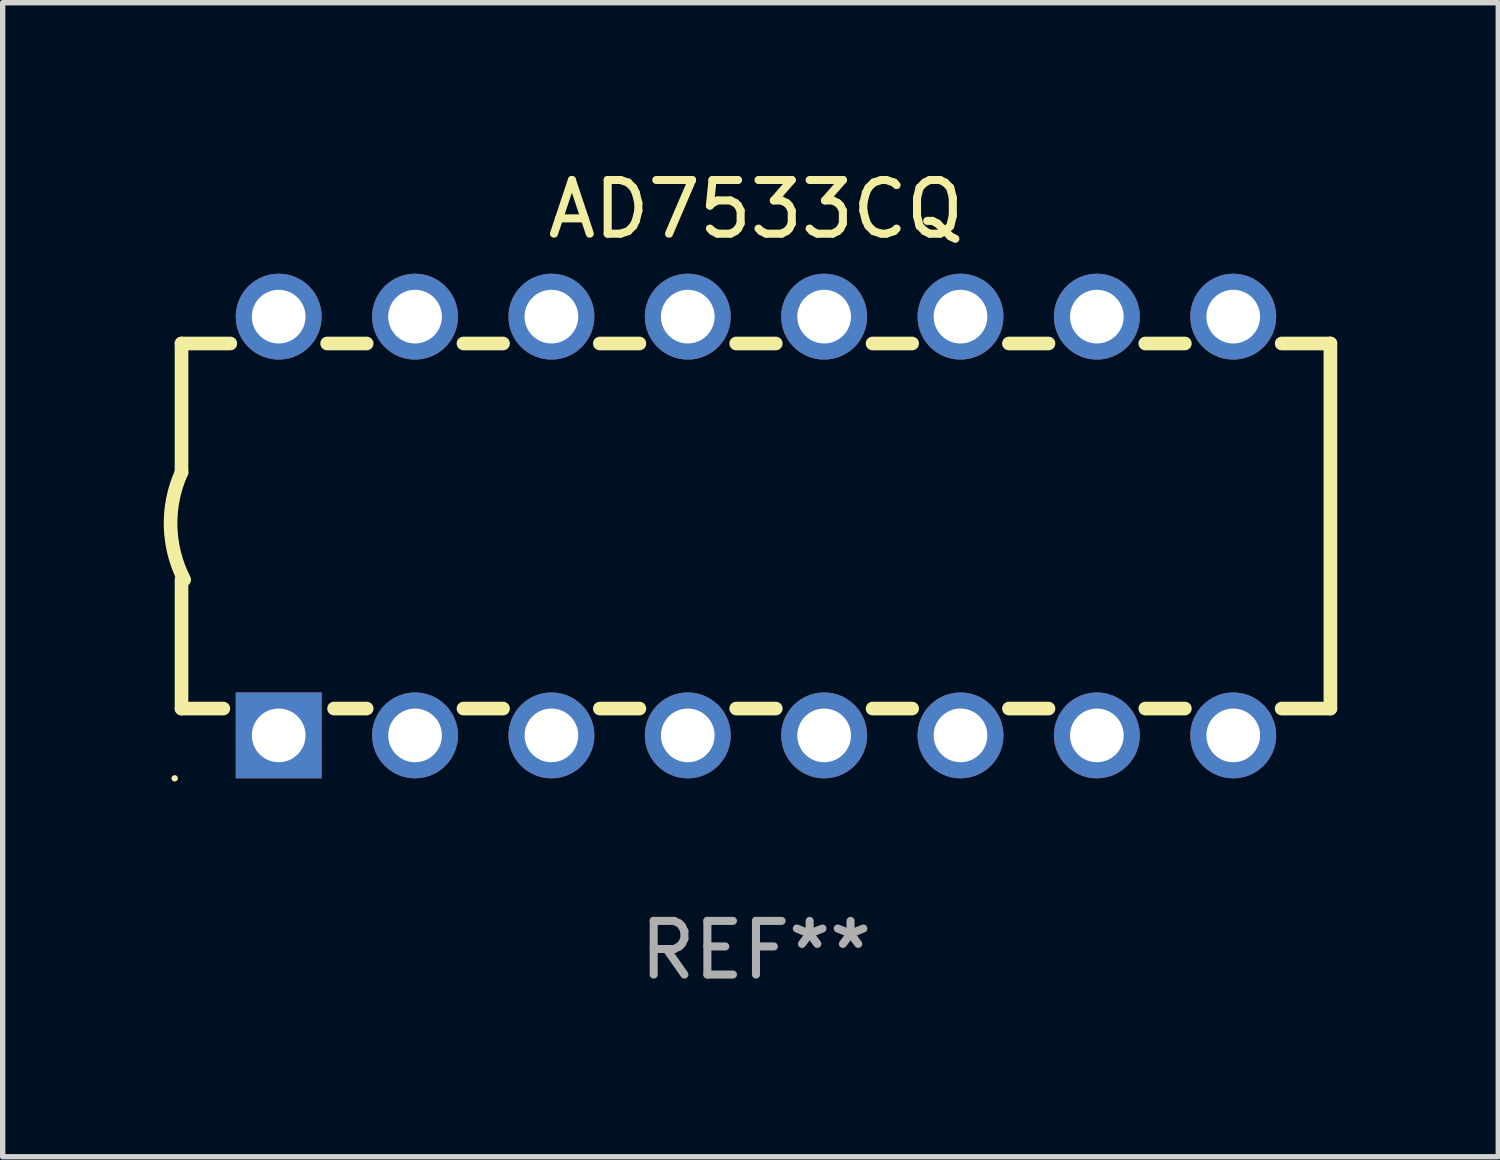
<source format=kicad_pcb>
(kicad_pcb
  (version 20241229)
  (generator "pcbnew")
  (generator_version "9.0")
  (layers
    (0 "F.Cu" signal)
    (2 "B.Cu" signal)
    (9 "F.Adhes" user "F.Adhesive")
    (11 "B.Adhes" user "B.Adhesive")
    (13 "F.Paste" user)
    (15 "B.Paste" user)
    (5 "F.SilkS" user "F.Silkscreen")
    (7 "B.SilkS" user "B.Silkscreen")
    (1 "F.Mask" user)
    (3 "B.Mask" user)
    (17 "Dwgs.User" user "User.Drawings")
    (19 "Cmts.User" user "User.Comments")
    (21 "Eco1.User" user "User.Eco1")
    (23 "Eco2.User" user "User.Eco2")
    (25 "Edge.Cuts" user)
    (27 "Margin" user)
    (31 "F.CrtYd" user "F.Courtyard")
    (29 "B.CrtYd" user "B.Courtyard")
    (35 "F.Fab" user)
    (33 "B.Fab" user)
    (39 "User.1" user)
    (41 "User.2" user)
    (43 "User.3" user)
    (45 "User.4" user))
  (footprint "AD7533CQ"
    (layer "F.Cu")
    (at 11.031 6.748)
    (property "Reference" "AD7533CQ" (at 0 -5.9 0) (layer "F.SilkS") (effects (font (size 1 1) (thickness 0.15))))
    (attr through_hole)
    (fp_line (start -10.7 -3.4) (end -9.791 -3.4) (stroke (width 0.254) (type solid)) (layer "F.SilkS"))
    (fp_line (start -10.7 -0.998) (end -10.7 -3.4) (stroke (width 0.254) (type solid)) (layer "F.SilkS"))
    (fp_line (start -10.7 3.4) (end -10.7 1) (stroke (width 0.254) (type solid)) (layer "F.SilkS"))
    (fp_line (start -10.7 3.4) (end -9.921 3.4) (stroke (width 0.254) (type solid)) (layer "F.SilkS"))
    (fp_line (start -7.988 -3.4) (end -7.251 -3.4) (stroke (width 0.254) (type solid)) (layer "F.SilkS"))
    (fp_line (start -7.859 3.4) (end -7.251 3.4) (stroke (width 0.254) (type solid)) (layer "F.SilkS"))
    (fp_line (start -5.448 -3.4) (end -4.711 -3.4) (stroke (width 0.254) (type solid)) (layer "F.SilkS"))
    (fp_line (start -5.448 3.4) (end -4.711 3.4) (stroke (width 0.254) (type solid)) (layer "F.SilkS"))
    (fp_line (start -2.908 -3.4) (end -2.171 -3.4) (stroke (width 0.254) (type solid)) (layer "F.SilkS"))
    (fp_line (start -2.908 3.4) (end -2.171 3.4) (stroke (width 0.254) (type solid)) (layer "F.SilkS"))
    (fp_line (start -0.368 -3.4) (end 0.369 -3.4) (stroke (width 0.254) (type solid)) (layer "F.SilkS"))
    (fp_line (start -0.368 3.4) (end 0.369 3.4) (stroke (width 0.254) (type solid)) (layer "F.SilkS"))
    (fp_line (start 2.172 -3.4) (end 2.909 -3.4) (stroke (width 0.254) (type solid)) (layer "F.SilkS"))
    (fp_line (start 2.172 3.4) (end 2.909 3.4) (stroke (width 0.254) (type solid)) (layer "F.SilkS"))
    (fp_line (start 4.712 -3.4) (end 5.449 -3.4) (stroke (width 0.254) (type solid)) (layer "F.SilkS"))
    (fp_line (start 4.712 3.4) (end 5.449 3.4) (stroke (width 0.254) (type solid)) (layer "F.SilkS"))
    (fp_line (start 7.252 -3.4) (end 7.989 -3.4) (stroke (width 0.254) (type solid)) (layer "F.SilkS"))
    (fp_line (start 7.252 3.4) (end 7.989 3.4) (stroke (width 0.254) (type solid)) (layer "F.SilkS"))
    (fp_line (start 9.792 -3.4) (end 10.7 -3.4) (stroke (width 0.254) (type solid)) (layer "F.SilkS"))
    (fp_line (start 9.792 3.4) (end 10.7 3.4) (stroke (width 0.254) (type solid)) (layer "F.SilkS"))
    (fp_line (start 10.7 3.4) (end 10.7 -3.4) (stroke (width 0.254) (type solid)) (layer "F.SilkS"))
    (fp_arc (start -10.649962 0.99995) (mid -10.90314 0.005668) (end -10.699975 -1.000025) (stroke (width 0.254001) (type solid)) (layer "F.SilkS"))
    (fp_circle (center -10.827 4.7) (end -10.797 4.7) (stroke (width 0.06) (type solid)) (fill no) (layer "F.SilkS"))
    (fp_text user "REF**" (at 0 7.9 0) (layer "F.Fab") (effects (font (size 1 1) (thickness 0.15))))
    (pad "1" thru_hole rect (at -8.89 3.9 90) (size 1.6 1.6) (drill 1) (layers "*.Cu" "*.Mask"))
    (pad "2" thru_hole circle (at -6.35 3.9) (size 1.6 1.6) (drill 1) (layers "*.Cu" "*.Mask"))
    (pad "3" thru_hole circle (at -3.81 3.9) (size 1.6 1.6) (drill 1) (layers "*.Cu" "*.Mask"))
    (pad "4" thru_hole circle (at -1.27 3.9) (size 1.6 1.6) (drill 1) (layers "*.Cu" "*.Mask"))
    (pad "5" thru_hole circle (at 1.27 3.9) (size 1.6 1.6) (drill 1) (layers "*.Cu" "*.Mask"))
    (pad "6" thru_hole circle (at 3.81 3.9) (size 1.6 1.6) (drill 1) (layers "*.Cu" "*.Mask"))
    (pad "7" thru_hole circle (at 6.35 3.9) (size 1.6 1.6) (drill 1) (layers "*.Cu" "*.Mask"))
    (pad "8" thru_hole circle (at 8.89 3.9) (size 1.6 1.6) (drill 1) (layers "*.Cu" "*.Mask"))
    (pad "9" thru_hole circle (at 8.89 -3.9) (size 1.6 1.6) (drill 1) (layers "*.Cu" "*.Mask"))
    (pad "10" thru_hole circle (at 6.35 -3.9) (size 1.6 1.6) (drill 1) (layers "*.Cu" "*.Mask"))
    (pad "11" thru_hole circle (at 3.81 -3.9) (size 1.6 1.6) (drill 1) (layers "*.Cu" "*.Mask"))
    (pad "12" thru_hole circle (at 1.27 -3.9) (size 1.6 1.6) (drill 1) (layers "*.Cu" "*.Mask"))
    (pad "13" thru_hole circle (at -1.27 -3.9) (size 1.6 1.6) (drill 1) (layers "*.Cu" "*.Mask"))
    (pad "14" thru_hole circle (at -3.81 -3.9) (size 1.6 1.6) (drill 1) (layers "*.Cu" "*.Mask"))
    (pad "15" thru_hole circle (at -6.35 -3.9) (size 1.6 1.6) (drill 1) (layers "*.Cu" "*.Mask"))
    (pad "16" thru_hole circle (at -8.89 -3.9) (size 1.6 1.6) (drill 1) (layers "*.Cu" "*.Mask")))
  (gr_rect
    (start -3 -3)
    (end 24.858 18.496)
    (stroke (width 0.1) (type default))
    (fill no)
    (layer "Edge.Cuts")))
</source>
